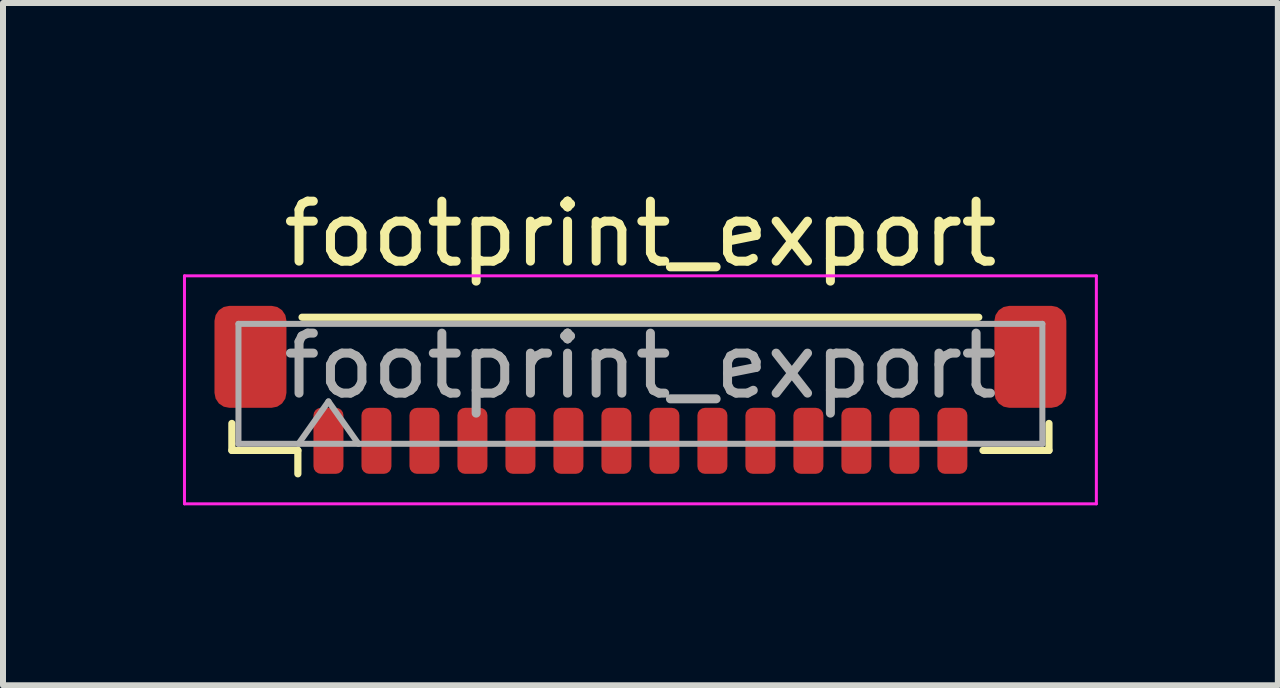
<source format=kicad_pcb>
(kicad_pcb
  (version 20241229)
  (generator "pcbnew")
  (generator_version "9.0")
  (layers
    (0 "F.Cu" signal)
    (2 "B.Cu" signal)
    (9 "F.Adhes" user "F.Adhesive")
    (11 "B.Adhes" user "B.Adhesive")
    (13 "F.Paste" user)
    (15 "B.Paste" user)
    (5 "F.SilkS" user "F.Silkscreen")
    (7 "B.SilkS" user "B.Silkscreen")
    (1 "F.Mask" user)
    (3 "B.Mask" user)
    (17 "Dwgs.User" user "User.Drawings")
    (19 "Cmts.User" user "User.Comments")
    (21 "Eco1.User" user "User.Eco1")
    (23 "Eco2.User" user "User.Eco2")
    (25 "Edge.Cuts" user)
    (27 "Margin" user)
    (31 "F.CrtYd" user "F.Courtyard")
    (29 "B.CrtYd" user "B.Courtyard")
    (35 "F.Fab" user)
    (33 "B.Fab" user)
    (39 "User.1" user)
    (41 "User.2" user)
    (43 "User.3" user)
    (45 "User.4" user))
  (footprint "footprint_export"
    (layer "F.Cu")
    (at 7.625 3.448)
    (property "Reference" "footprint_export" (at 0 -2.6 0) (layer "F.SilkS") (effects (font (size 1 1) (thickness 0.15))))
    (attr smd)
    (fp_line (start -6.81 0.56) (end -6.81 1.01) (stroke (width 0.12) (type solid)) (layer "F.SilkS"))
    (fp_line (start -6.81 1.01) (end -5.71 1.01) (stroke (width 0.12) (type solid)) (layer "F.SilkS"))
    (fp_line (start -5.71 1.01) (end -5.71 1.4) (stroke (width 0.12) (type solid)) (layer "F.SilkS"))
    (fp_line (start -5.64 -1.21) (end 5.64 -1.21) (stroke (width 0.12) (type solid)) (layer "F.SilkS"))
    (fp_line (start 6.81 0.56) (end 6.81 1.01) (stroke (width 0.12) (type solid)) (layer "F.SilkS"))
    (fp_line (start 6.81 1.01) (end 5.71 1.01) (stroke (width 0.12) (type solid)) (layer "F.SilkS"))
    (fp_line (start -7.6 -1.9) (end -7.6 1.9) (stroke (width 0.05) (type solid)) (layer "F.CrtYd"))
    (fp_line (start -7.6 1.9) (end 7.6 1.9) (stroke (width 0.05) (type solid)) (layer "F.CrtYd"))
    (fp_line (start 7.6 -1.9) (end -7.6 -1.9) (stroke (width 0.05) (type solid)) (layer "F.CrtYd"))
    (fp_line (start 7.6 1.9) (end 7.6 -1.9) (stroke (width 0.05) (type solid)) (layer "F.CrtYd"))
    (fp_line (start -6.7 -1.1) (end 6.7 -1.1) (stroke (width 0.1) (type solid)) (layer "F.Fab"))
    (fp_line (start -6.7 0.9) (end -6.7 -1.1) (stroke (width 0.1) (type solid)) (layer "F.Fab"))
    (fp_line (start -6.7 0.9) (end 6.7 0.9) (stroke (width 0.1) (type solid)) (layer "F.Fab"))
    (fp_line (start -5.7 0.9) (end -5.2 0.193) (stroke (width 0.1) (type solid)) (layer "F.Fab"))
    (fp_line (start -5.2 0.193) (end -4.7 0.9) (stroke (width 0.1) (type solid)) (layer "F.Fab"))
    (fp_line (start 6.7 0.9) (end 6.7 -1.1) (stroke (width 0.1) (type solid)) (layer "F.Fab"))
    (fp_text user "${REFERENCE}" (at 0 -0.4 0) (layer "F.Fab") (effects (font (size 1 1) (thickness 0.15))))
    (pad "1" smd roundrect (at -5.2 0.85) (size 0.5 1.1) (layers "F.Cu" "F.Mask" "F.Paste") (roundrect_rratio 0.25))
    (pad "2" smd roundrect (at -4.4 0.85) (size 0.5 1.1) (layers "F.Cu" "F.Mask" "F.Paste") (roundrect_rratio 0.25))
    (pad "3" smd roundrect (at -3.6 0.85) (size 0.5 1.1) (layers "F.Cu" "F.Mask" "F.Paste") (roundrect_rratio 0.25))
    (pad "4" smd roundrect (at -2.8 0.85) (size 0.5 1.1) (layers "F.Cu" "F.Mask" "F.Paste") (roundrect_rratio 0.25))
    (pad "5" smd roundrect (at -2 0.85) (size 0.5 1.1) (layers "F.Cu" "F.Mask" "F.Paste") (roundrect_rratio 0.25))
    (pad "6" smd roundrect (at -1.2 0.85) (size 0.5 1.1) (layers "F.Cu" "F.Mask" "F.Paste") (roundrect_rratio 0.25))
    (pad "7" smd roundrect (at -0.4 0.85) (size 0.5 1.1) (layers "F.Cu" "F.Mask" "F.Paste") (roundrect_rratio 0.25))
    (pad "8" smd roundrect (at 0.4 0.85) (size 0.5 1.1) (layers "F.Cu" "F.Mask" "F.Paste") (roundrect_rratio 0.25))
    (pad "9" smd roundrect (at 1.2 0.85) (size 0.5 1.1) (layers "F.Cu" "F.Mask" "F.Paste") (roundrect_rratio 0.25))
    (pad "10" smd roundrect (at 2 0.85) (size 0.5 1.1) (layers "F.Cu" "F.Mask" "F.Paste") (roundrect_rratio 0.25))
    (pad "11" smd roundrect (at 2.8 0.85) (size 0.5 1.1) (layers "F.Cu" "F.Mask" "F.Paste") (roundrect_rratio 0.25))
    (pad "12" smd roundrect (at 3.6 0.85) (size 0.5 1.1) (layers "F.Cu" "F.Mask" "F.Paste") (roundrect_rratio 0.25))
    (pad "13" smd roundrect (at 4.4 0.85) (size 0.5 1.1) (layers "F.Cu" "F.Mask" "F.Paste") (roundrect_rratio 0.25))
    (pad "14" smd roundrect (at 5.2 0.85) (size 0.5 1.1) (layers "F.Cu" "F.Mask" "F.Paste") (roundrect_rratio 0.25))
    (pad "MP" smd roundrect (at -6.5 -0.55) (size 1.2 1.7) (layers "F.Cu" "F.Mask" "F.Paste") (roundrect_rratio 0.208))
    (pad "MP" smd roundrect (at 6.5 -0.55) (size 1.2 1.7) (layers "F.Cu" "F.Mask" "F.Paste") (roundrect_rratio 0.208)))
  (gr_rect
    (start -3 -3)
    (end 18.25 8.373)
    (stroke (width 0.1) (type default))
    (fill no)
    (layer "Edge.Cuts")))
</source>
